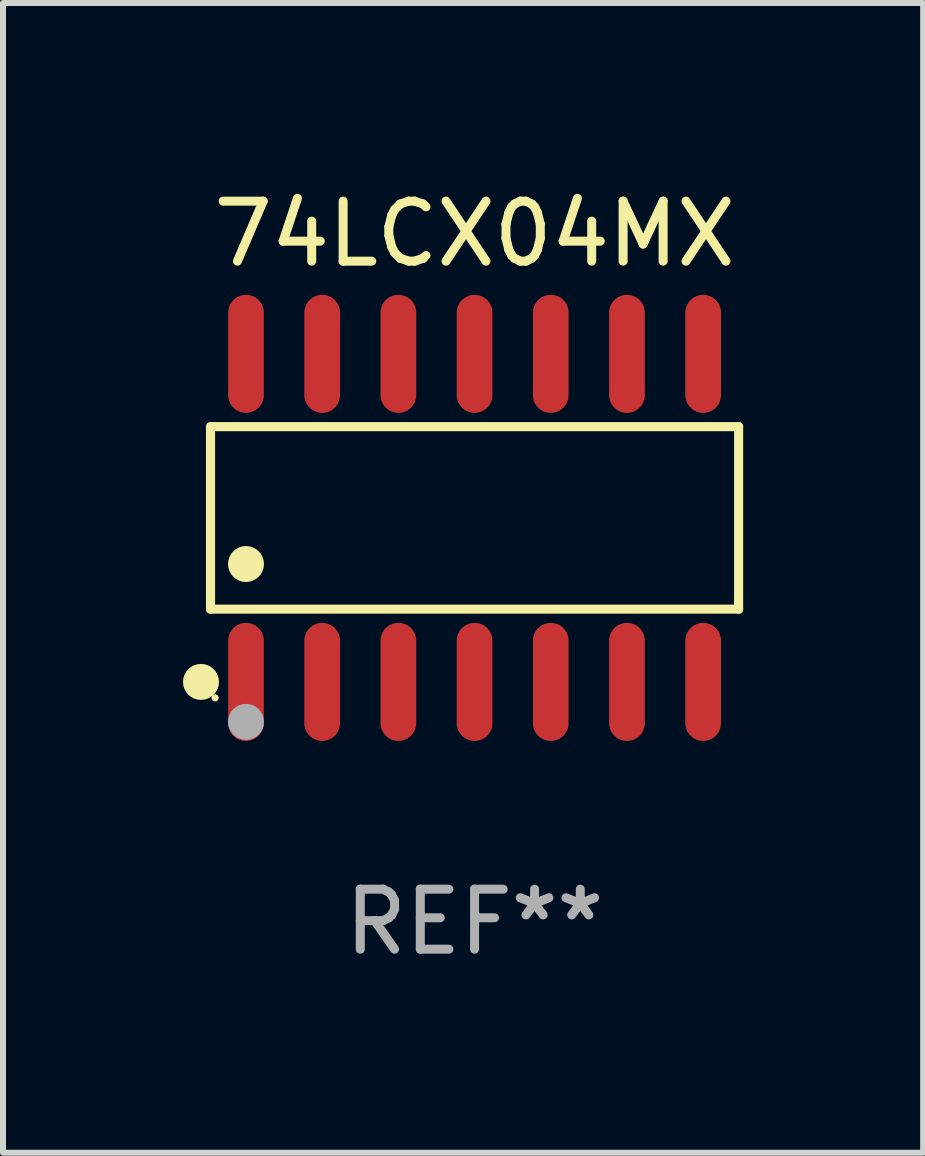
<source format=kicad_pcb>
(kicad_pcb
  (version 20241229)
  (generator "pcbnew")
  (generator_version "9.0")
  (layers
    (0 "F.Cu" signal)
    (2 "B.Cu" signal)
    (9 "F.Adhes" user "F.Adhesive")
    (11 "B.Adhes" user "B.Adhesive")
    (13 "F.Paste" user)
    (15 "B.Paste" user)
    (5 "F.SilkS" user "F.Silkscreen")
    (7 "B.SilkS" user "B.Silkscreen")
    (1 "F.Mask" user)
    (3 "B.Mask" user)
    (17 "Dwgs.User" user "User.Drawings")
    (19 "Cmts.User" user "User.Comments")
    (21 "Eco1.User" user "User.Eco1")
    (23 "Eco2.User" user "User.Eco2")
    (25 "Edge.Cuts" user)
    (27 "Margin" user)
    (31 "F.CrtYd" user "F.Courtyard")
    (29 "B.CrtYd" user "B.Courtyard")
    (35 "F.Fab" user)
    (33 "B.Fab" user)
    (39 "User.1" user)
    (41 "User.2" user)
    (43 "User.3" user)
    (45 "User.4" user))
  (footprint "74LCX04MX"
    (layer "F.Cu")
    (at 4.86 5.582)
    (property "Reference" "74LCX04MX" (at 0 -4.734 0) (layer "F.SilkS") (effects (font (size 1 1) (thickness 0.15))))
    (attr through_hole)
    (fp_line (start -4.401 -1.521) (end 4.401 -1.521) (stroke (width 0.152) (type solid)) (layer "F.SilkS"))
    (fp_line (start -4.401 1.521) (end -4.401 -1.521) (stroke (width 0.152) (type solid)) (layer "F.SilkS"))
    (fp_line (start 4.401 -1.521) (end 4.401 1.521) (stroke (width 0.152) (type solid)) (layer "F.SilkS"))
    (fp_line (start 4.401 1.521) (end -4.401 1.521) (stroke (width 0.152) (type solid)) (layer "F.SilkS"))
    (fp_circle (center -4.56 2.734) (end -4.41 2.734) (stroke (width 0.3) (type solid)) (fill no) (layer "F.SilkS"))
    (fp_circle (center -4.325 3) (end -4.295 3) (stroke (width 0.06) (type solid)) (fill no) (layer "F.SilkS"))
    (fp_circle (center -3.81 0.769) (end -3.66 0.769) (stroke (width 0.3) (type solid)) (fill no) (layer "F.SilkS"))
    (fp_circle (center -3.81 3.4) (end -3.66 3.4) (stroke (width 0.3) (type solid)) (fill no) (layer "F.Fab"))
    (fp_text user "REF**" (at 0 6.734 0) (layer "F.Fab") (effects (font (size 1 1) (thickness 0.15))))
    (pad "1" smd oval (at -3.81 2.734) (size 0.595 1.968) (layers "F.Cu" "F.Mask" "F.Paste"))
    (pad "2" smd oval (at -2.54 2.734) (size 0.595 1.968) (layers "F.Cu" "F.Mask" "F.Paste"))
    (pad "3" smd oval (at -1.27 2.734) (size 0.595 1.968) (layers "F.Cu" "F.Mask" "F.Paste"))
    (pad "4" smd oval (at 0 2.734) (size 0.595 1.968) (layers "F.Cu" "F.Mask" "F.Paste"))
    (pad "5" smd oval (at 1.27 2.734) (size 0.595 1.968) (layers "F.Cu" "F.Mask" "F.Paste"))
    (pad "6" smd oval (at 2.54 2.734) (size 0.595 1.968) (layers "F.Cu" "F.Mask" "F.Paste"))
    (pad "7" smd oval (at 3.81 2.734) (size 0.595 1.968) (layers "F.Cu" "F.Mask" "F.Paste"))
    (pad "8" smd oval (at 3.81 -2.734) (size 0.595 1.968) (layers "F.Cu" "F.Mask" "F.Paste"))
    (pad "9" smd oval (at 2.54 -2.734) (size 0.595 1.968) (layers "F.Cu" "F.Mask" "F.Paste"))
    (pad "10" smd oval (at 1.27 -2.734) (size 0.595 1.968) (layers "F.Cu" "F.Mask" "F.Paste"))
    (pad "11" smd oval (at 0 -2.734) (size 0.595 1.968) (layers "F.Cu" "F.Mask" "F.Paste"))
    (pad "12" smd oval (at -1.27 -2.734) (size 0.595 1.968) (layers "F.Cu" "F.Mask" "F.Paste"))
    (pad "13" smd oval (at -2.54 -2.734) (size 0.595 1.968) (layers "F.Cu" "F.Mask" "F.Paste"))
    (pad "14" smd oval (at -3.81 -2.734) (size 0.595 1.968) (layers "F.Cu" "F.Mask" "F.Paste")))
  (gr_rect
    (start -3 -3)
    (end 12.337 16.164)
    (stroke (width 0.1) (type default))
    (fill no)
    (layer "Edge.Cuts")))
</source>
